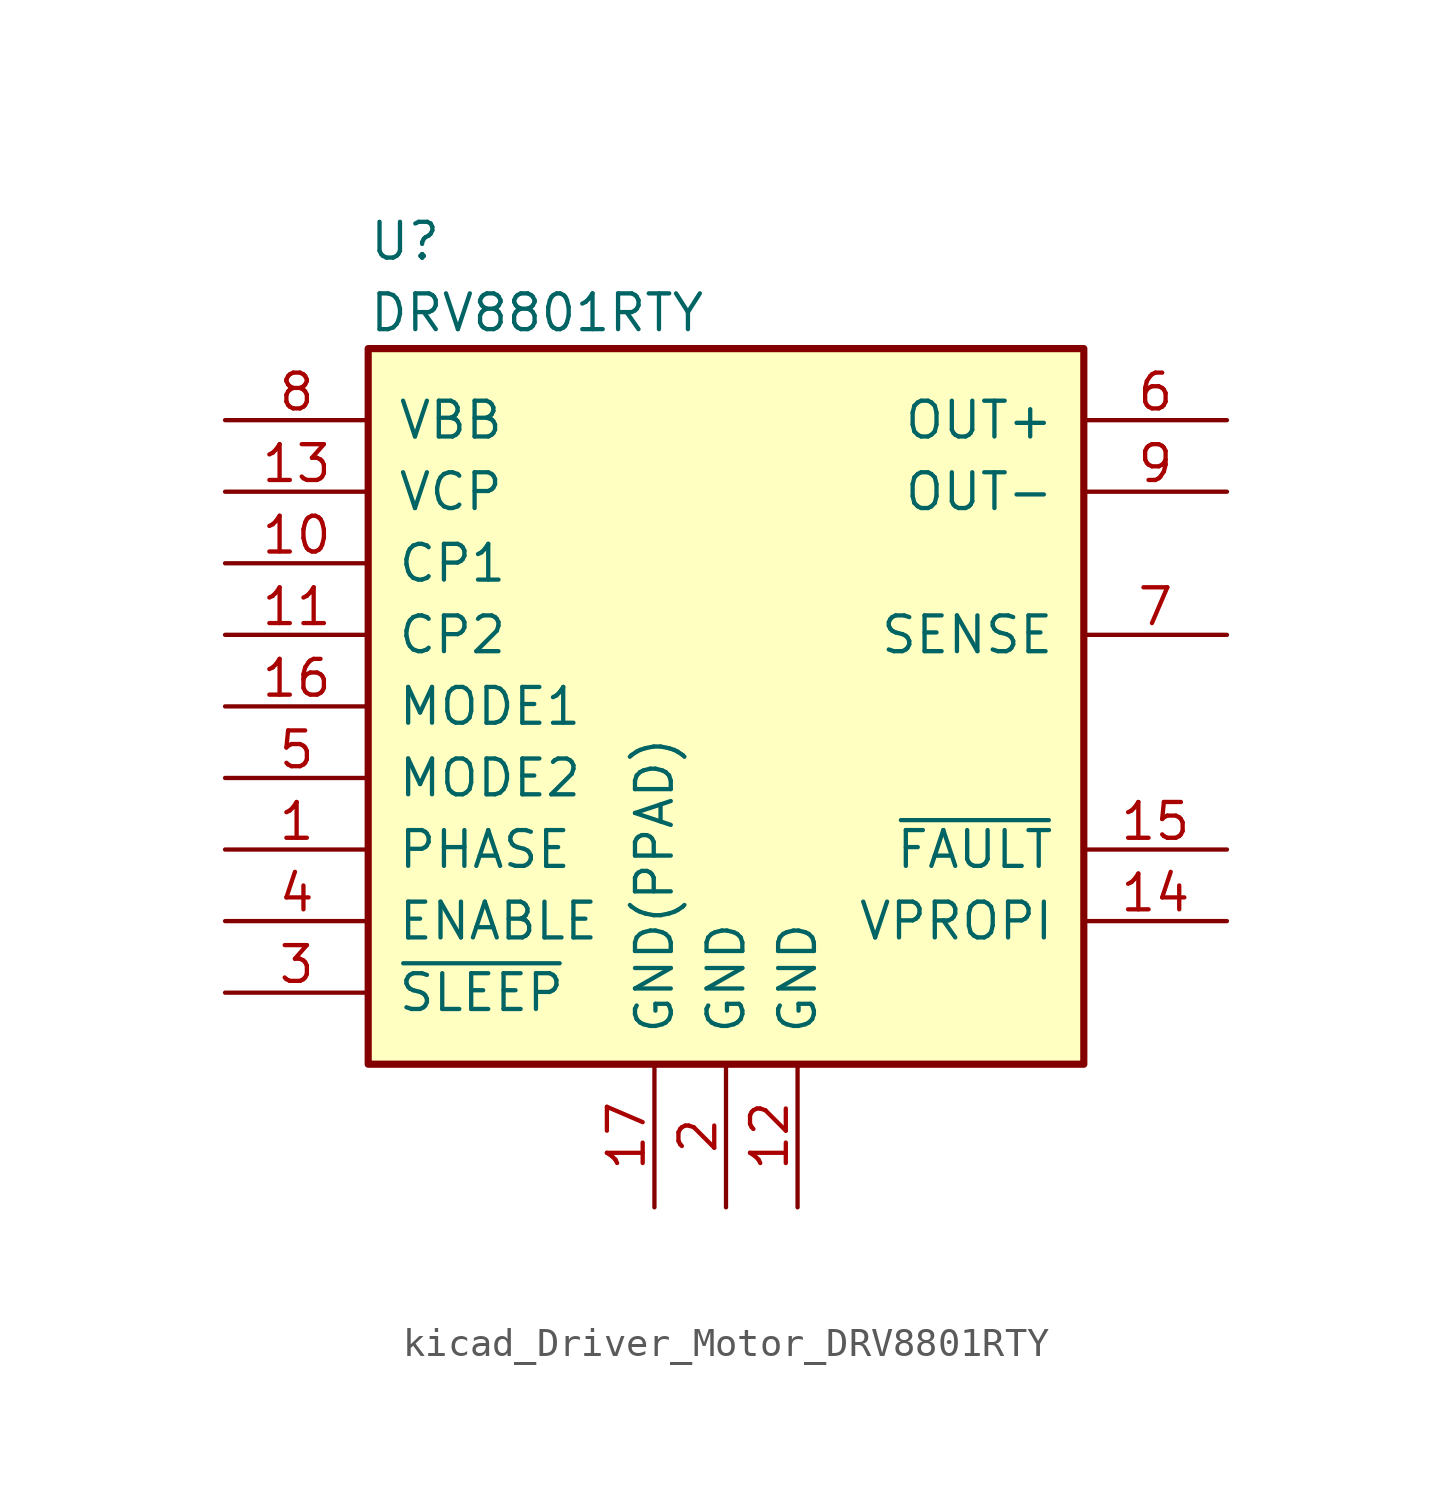
<source format=kicad_sym>
(kicad_symbol_lib
  (version 20220914)
  (generator kicad_symbol_editor)
  (symbol "kicad_Driver_Motor_DRV8801RTY"
    (pin_names
      (offset 1.016))
    (property "Reference" "U"
      (at -12.7 16.51 0)
      (effects (font (size 1.27 1.27)) (justify left)))
    (property "Value" "DRV8801RTY"
      (at -12.7 13.97 0)
      (effects (font (size 1.27 1.27)) (justify left)))
    (symbol "kicad_Driver_Motor_DRV8801RTY_0_1"
      (rectangle (start -12.7 12.7) (end 12.7 -12.7) (stroke (width 0.254) (type default)) (fill (type background))))
    (symbol "kicad_Driver_Motor_DRV8801RTY_1_1"
      (pin input line (at -17.78 -5.08 0) (length 5.08) (name "PHASE" (effects (font (size 1.27 1.27)))) (number "1" (effects (font (size 1.27 1.27)))))
      (pin power_in line (at -17.78 5.08 0) (length 5.08) (name "CP1" (effects (font (size 1.27 1.27)))) (number "10" (effects (font (size 1.27 1.27)))))
      (pin power_in line (at -17.78 2.54 0) (length 5.08) (name "CP2" (effects (font (size 1.27 1.27)))) (number "11" (effects (font (size 1.27 1.27)))))
      (pin power_in line (at 2.54 -17.78 90) (length 5.08) (name "GND" (effects (font (size 1.27 1.27)))) (number "12" (effects (font (size 1.27 1.27)))))
      (pin power_in line (at -17.78 7.62 0) (length 5.08) (name "VCP" (effects (font (size 1.27 1.27)))) (number "13" (effects (font (size 1.27 1.27)))))
      (pin output line (at 17.78 -7.62 180) (length 5.08) (name "VPROPI" (effects (font (size 1.27 1.27)))) (number "14" (effects (font (size 1.27 1.27)))))
      (pin open_collector line (at 17.78 -5.08 180) (length 5.08) (name "~{FAULT}" (effects (font (size 1.27 1.27)))) (number "15" (effects (font (size 1.27 1.27)))))
      (pin input line (at -17.78 0 0) (length 5.08) (name "MODE1" (effects (font (size 1.27 1.27)))) (number "16" (effects (font (size 1.27 1.27)))))
      (pin power_in line (at -2.54 -17.78 90) (length 5.08) (name "GND(PPAD)" (effects (font (size 1.27 1.27)))) (number "17" (effects (font (size 1.27 1.27)))))
      (pin power_in line (at 0 -17.78 90) (length 5.08) (name "GND" (effects (font (size 1.27 1.27)))) (number "2" (effects (font (size 1.27 1.27)))))
      (pin input line (at -17.78 -10.16 0) (length 5.08) (name "~{SLEEP}" (effects (font (size 1.27 1.27)))) (number "3" (effects (font (size 1.27 1.27)))))
      (pin input line (at -17.78 -7.62 0) (length 5.08) (name "ENABLE" (effects (font (size 1.27 1.27)))) (number "4" (effects (font (size 1.27 1.27)))))
      (pin input line (at -17.78 -2.54 0) (length 5.08) (name "MODE2" (effects (font (size 1.27 1.27)))) (number "5" (effects (font (size 1.27 1.27)))))
      (pin power_out line (at 17.78 10.16 180) (length 5.08) (name "OUT+" (effects (font (size 1.27 1.27)))) (number "6" (effects (font (size 1.27 1.27)))))
      (pin power_out line (at 17.78 2.54 180) (length 5.08) (name "SENSE" (effects (font (size 1.27 1.27)))) (number "7" (effects (font (size 1.27 1.27)))))
      (pin power_in line (at -17.78 10.16 0) (length 5.08) (name "VBB" (effects (font (size 1.27 1.27)))) (number "8" (effects (font (size 1.27 1.27)))))
      (pin power_out line (at 17.78 7.62 180) (length 5.08) (name "OUT-" (effects (font (size 1.27 1.27)))) (number "9" (effects (font (size 1.27 1.27))))))))
</source>
